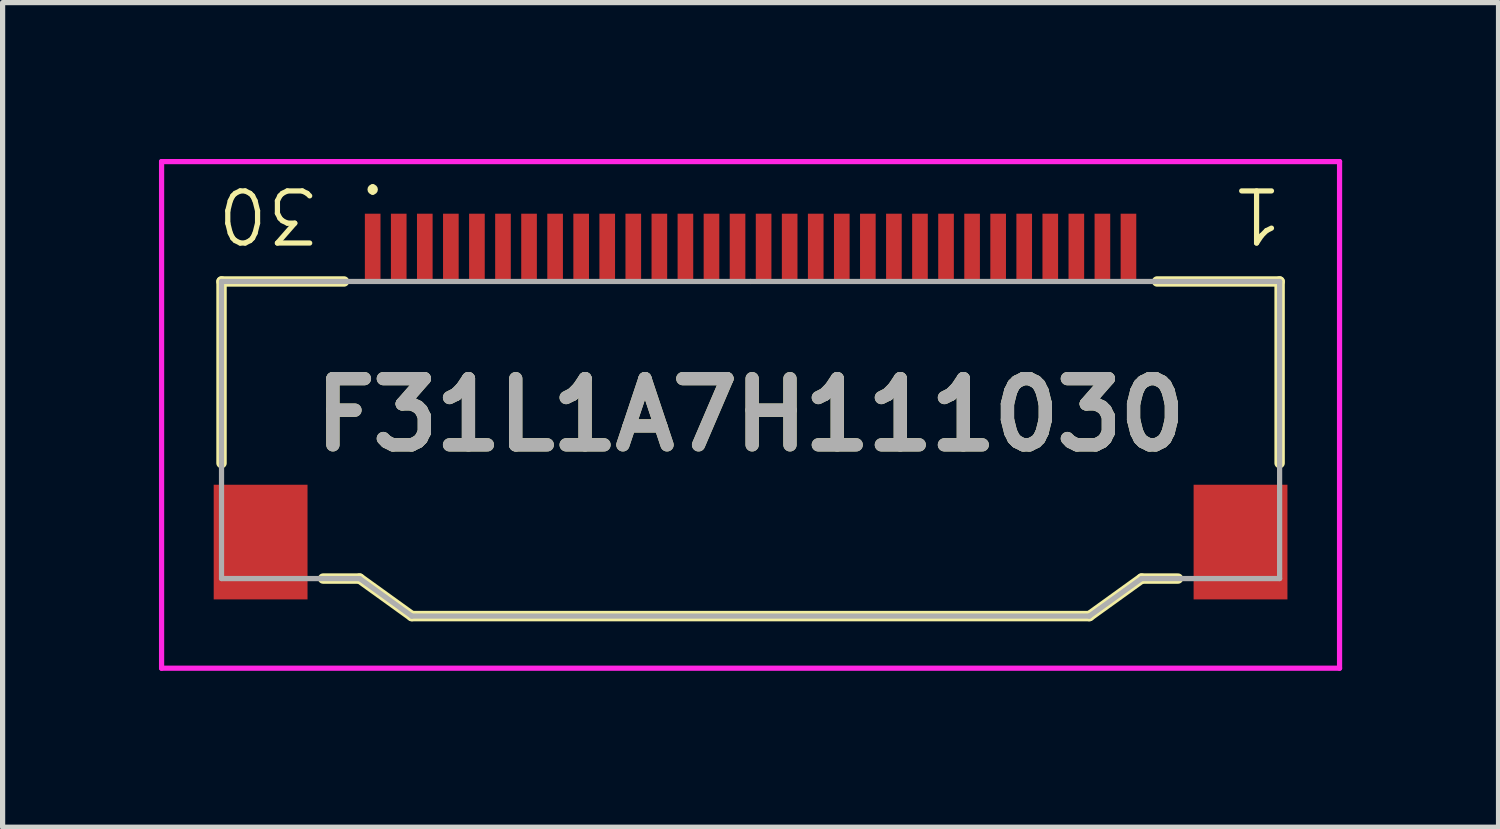
<source format=kicad_pcb>
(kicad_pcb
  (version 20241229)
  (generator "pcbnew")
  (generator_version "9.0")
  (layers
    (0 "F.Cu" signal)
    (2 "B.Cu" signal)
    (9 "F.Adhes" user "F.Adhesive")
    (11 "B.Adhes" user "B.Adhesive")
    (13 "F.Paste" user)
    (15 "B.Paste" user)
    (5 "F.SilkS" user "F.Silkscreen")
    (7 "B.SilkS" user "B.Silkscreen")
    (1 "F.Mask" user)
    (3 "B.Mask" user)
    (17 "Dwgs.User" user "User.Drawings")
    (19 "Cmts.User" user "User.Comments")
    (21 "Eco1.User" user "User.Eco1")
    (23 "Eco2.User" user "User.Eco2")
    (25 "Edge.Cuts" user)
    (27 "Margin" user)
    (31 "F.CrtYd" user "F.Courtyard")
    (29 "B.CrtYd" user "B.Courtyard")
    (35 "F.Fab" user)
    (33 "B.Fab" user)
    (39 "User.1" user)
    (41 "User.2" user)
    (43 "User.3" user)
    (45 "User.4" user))
  (footprint "F31L1A7H111030"
    (layer "F.Cu")
    (at 11.35 5.235)
    (property "Reference" "F31L1A7H111030" (at 0 -0.325 0) (layer "F.SilkS") (effects (font (size 1.27 1.27) (thickness 0.254))))
    (attr smd)
    (fp_line (start -10.15 -2.885) (end -10.15 0.6) (stroke (width 0.2) (type solid)) (layer "F.SilkS"))
    (fp_line (start -8.2 2.815) (end -7.5 2.815) (stroke (width 0.2) (type solid)) (layer "F.SilkS"))
    (fp_line (start -7.8 -2.885) (end -10.15 -2.885) (stroke (width 0.2) (type solid)) (layer "F.SilkS"))
    (fp_line (start -7.5 2.815) (end -6.5 3.535) (stroke (width 0.2) (type solid)) (layer "F.SilkS"))
    (fp_line (start -7.25 -4.7) (end -7.25 -4.7) (stroke (width 0.1) (type solid)) (layer "F.SilkS"))
    (fp_line (start -7.25 -4.6) (end -7.25 -4.6) (stroke (width 0.1) (type solid)) (layer "F.SilkS"))
    (fp_line (start -6.5 3.535) (end 6.5 3.535) (stroke (width 0.2) (type solid)) (layer "F.SilkS"))
    (fp_line (start 6.5 3.535) (end 7.5 2.815) (stroke (width 0.2) (type solid)) (layer "F.SilkS"))
    (fp_line (start 7.5 2.815) (end 8.2 2.815) (stroke (width 0.2) (type solid)) (layer "F.SilkS"))
    (fp_line (start 7.8 -2.885) (end 10.15 -2.885) (stroke (width 0.2) (type solid)) (layer "F.SilkS"))
    (fp_line (start 10.15 -2.885) (end 10.15 0.6) (stroke (width 0.2) (type solid)) (layer "F.SilkS"))
    (fp_arc (start -7.25 -4.7) (mid -7.2 -4.65) (end -7.25 -4.6) (stroke (width 0.1) (type solid)) (layer "F.SilkS"))
    (fp_arc (start -7.25 -4.6) (mid -7.3 -4.65) (end -7.25 -4.7) (stroke (width 0.1) (type solid)) (layer "F.SilkS"))
    (fp_line (start -11.3 -5.185) (end 11.3 -5.185) (stroke (width 0.1) (type solid)) (layer "F.CrtYd"))
    (fp_line (start -11.3 4.535) (end -11.3 -5.185) (stroke (width 0.1) (type solid)) (layer "F.CrtYd"))
    (fp_line (start 11.3 -5.185) (end 11.3 4.535) (stroke (width 0.1) (type solid)) (layer "F.CrtYd"))
    (fp_line (start 11.3 4.535) (end -11.3 4.535) (stroke (width 0.1) (type solid)) (layer "F.CrtYd"))
    (fp_line (start -10.15 -2.885) (end -10.15 2.815) (stroke (width 0.1) (type solid)) (layer "F.Fab"))
    (fp_line (start -10.15 2.815) (end -7.5 2.815) (stroke (width 0.1) (type solid)) (layer "F.Fab"))
    (fp_line (start -7.5 2.815) (end -6.5 3.535) (stroke (width 0.1) (type solid)) (layer "F.Fab"))
    (fp_line (start -6.5 3.535) (end 6.5 3.535) (stroke (width 0.1) (type solid)) (layer "F.Fab"))
    (fp_line (start 0 -2.885) (end -10.15 -2.885) (stroke (width 0.1) (type solid)) (layer "F.Fab"))
    (fp_line (start 6.5 3.535) (end 7.5 2.815) (stroke (width 0.1) (type solid)) (layer "F.Fab"))
    (fp_line (start 7.5 2.815) (end 10.15 2.815) (stroke (width 0.1) (type solid)) (layer "F.Fab"))
    (fp_line (start 10.15 -2.885) (end 0 -2.885) (stroke (width 0.1) (type solid)) (layer "F.Fab"))
    (fp_line (start 10.15 2.815) (end 10.15 -2.885) (stroke (width 0.1) (type solid)) (layer "F.Fab"))
    (fp_text user "1" (at 10.25 -4.75 180) (unlocked yes) (layer "F.SilkS") (effects (font (size 1 1) (thickness 0.1)) (justify left bottom)))
    (fp_text user "30" (at -8.25 -4.75 180) (unlocked yes) (layer "F.SilkS") (effects (font (size 1 1) (thickness 0.1)) (justify left bottom)))
    (fp_text user "${REFERENCE}" (at 0 -0.325 0) (layer "F.Fab") (effects (font (size 1.27 1.27) (thickness 0.254))))
    (pad "1" smd rect (at 7.25 -3.535) (size 0.3 1.3) (layers "F.Cu" "F.Mask" "F.Paste"))
    (pad "2" smd rect (at 6.75 -3.535) (size 0.3 1.3) (layers "F.Cu" "F.Mask" "F.Paste"))
    (pad "3" smd rect (at 6.25 -3.535) (size 0.3 1.3) (layers "F.Cu" "F.Mask" "F.Paste"))
    (pad "4" smd rect (at 5.75 -3.535) (size 0.3 1.3) (layers "F.Cu" "F.Mask" "F.Paste"))
    (pad "5" smd rect (at 5.25 -3.535) (size 0.3 1.3) (layers "F.Cu" "F.Mask" "F.Paste"))
    (pad "6" smd rect (at 4.75 -3.535) (size 0.3 1.3) (layers "F.Cu" "F.Mask" "F.Paste"))
    (pad "7" smd rect (at 4.25 -3.535) (size 0.3 1.3) (layers "F.Cu" "F.Mask" "F.Paste"))
    (pad "8" smd rect (at 3.75 -3.535) (size 0.3 1.3) (layers "F.Cu" "F.Mask" "F.Paste"))
    (pad "9" smd rect (at 3.25 -3.535) (size 0.3 1.3) (layers "F.Cu" "F.Mask" "F.Paste"))
    (pad "10" smd rect (at 2.75 -3.535) (size 0.3 1.3) (layers "F.Cu" "F.Mask" "F.Paste"))
    (pad "11" smd rect (at 2.25 -3.535) (size 0.3 1.3) (layers "F.Cu" "F.Mask" "F.Paste"))
    (pad "12" smd rect (at 1.75 -3.535) (size 0.3 1.3) (layers "F.Cu" "F.Mask" "F.Paste"))
    (pad "13" smd rect (at 1.25 -3.535) (size 0.3 1.3) (layers "F.Cu" "F.Mask" "F.Paste"))
    (pad "14" smd rect (at 0.75 -3.535) (size 0.3 1.3) (layers "F.Cu" "F.Mask" "F.Paste"))
    (pad "15" smd rect (at 0.25 -3.535) (size 0.3 1.3) (layers "F.Cu" "F.Mask" "F.Paste"))
    (pad "16" smd rect (at -0.25 -3.535) (size 0.3 1.3) (layers "F.Cu" "F.Mask" "F.Paste"))
    (pad "17" smd rect (at -0.75 -3.535) (size 0.3 1.3) (layers "F.Cu" "F.Mask" "F.Paste"))
    (pad "18" smd rect (at -1.25 -3.535) (size 0.3 1.3) (layers "F.Cu" "F.Mask" "F.Paste"))
    (pad "19" smd rect (at -1.75 -3.535) (size 0.3 1.3) (layers "F.Cu" "F.Mask" "F.Paste"))
    (pad "20" smd rect (at -2.25 -3.535) (size 0.3 1.3) (layers "F.Cu" "F.Mask" "F.Paste"))
    (pad "21" smd rect (at -2.75 -3.535) (size 0.3 1.3) (layers "F.Cu" "F.Mask" "F.Paste"))
    (pad "22" smd rect (at -3.25 -3.535) (size 0.3 1.3) (layers "F.Cu" "F.Mask" "F.Paste"))
    (pad "23" smd rect (at -3.75 -3.535) (size 0.3 1.3) (layers "F.Cu" "F.Mask" "F.Paste"))
    (pad "24" smd rect (at -4.25 -3.535) (size 0.3 1.3) (layers "F.Cu" "F.Mask" "F.Paste"))
    (pad "25" smd rect (at -4.75 -3.535) (size 0.3 1.3) (layers "F.Cu" "F.Mask" "F.Paste"))
    (pad "26" smd rect (at -5.25 -3.535) (size 0.3 1.3) (layers "F.Cu" "F.Mask" "F.Paste"))
    (pad "27" smd rect (at -5.75 -3.535) (size 0.3 1.3) (layers "F.Cu" "F.Mask" "F.Paste"))
    (pad "28" smd rect (at -6.25 -3.535) (size 0.3 1.3) (layers "F.Cu" "F.Mask" "F.Paste"))
    (pad "29" smd rect (at -6.75 -3.535) (size 0.3 1.3) (layers "F.Cu" "F.Mask" "F.Paste"))
    (pad "30" smd rect (at -7.25 -3.535) (size 0.3 1.3) (layers "F.Cu" "F.Mask" "F.Paste"))
    (pad "31" smd rect (at -9.4 2.115) (size 1.8 2.2) (layers "F.Cu" "F.Mask" "F.Paste"))
    (pad "32" smd rect (at 9.4 2.115) (size 1.8 2.2) (layers "F.Cu" "F.Mask" "F.Paste")))
  (gr_rect
    (start -3 -3)
    (end 25.7 12.82)
    (stroke (width 0.1) (type default))
    (fill no)
    (layer "Edge.Cuts")))
</source>
